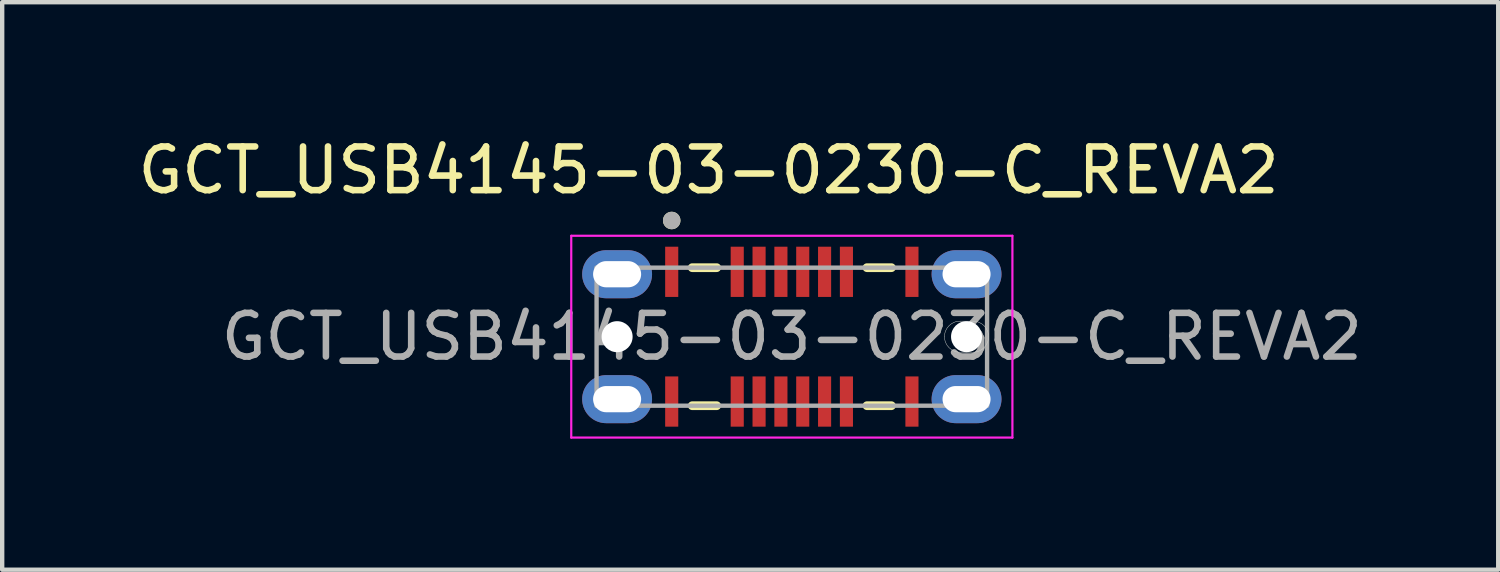
<source format=kicad_pcb>
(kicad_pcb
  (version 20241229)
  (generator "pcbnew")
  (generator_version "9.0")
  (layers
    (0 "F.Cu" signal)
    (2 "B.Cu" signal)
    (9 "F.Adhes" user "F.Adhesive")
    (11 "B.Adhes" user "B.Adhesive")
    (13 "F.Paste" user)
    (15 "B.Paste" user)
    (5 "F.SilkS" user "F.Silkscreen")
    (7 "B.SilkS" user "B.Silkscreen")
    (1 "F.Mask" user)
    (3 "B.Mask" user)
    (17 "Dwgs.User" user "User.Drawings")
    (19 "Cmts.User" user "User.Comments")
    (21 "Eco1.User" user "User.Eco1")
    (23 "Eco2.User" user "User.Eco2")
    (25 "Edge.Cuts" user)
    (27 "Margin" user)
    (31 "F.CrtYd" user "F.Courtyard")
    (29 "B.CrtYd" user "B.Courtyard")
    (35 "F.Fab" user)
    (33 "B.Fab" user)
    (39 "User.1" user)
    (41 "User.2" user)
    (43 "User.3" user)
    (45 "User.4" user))
  (footprint "GCT_USB4145-03-0230-C_REVA2"
    (layer "F.Cu")
    (at 15.078 4.658)
    (property "Reference" "GCT_USB4145-03-0230-C_REVA2" (at -1.905 -3.81 0) (layer "F.SilkS") (effects (font (size 1 1) (thickness 0.15))))
    (attr smd)
    (fp_line (start -2.28 -1.58) (end -1.72 -1.58) (stroke (width 0.2) (type solid)) (layer "F.SilkS"))
    (fp_line (start -2.28 1.58) (end -1.72 1.58) (stroke (width 0.2) (type solid)) (layer "F.SilkS"))
    (fp_line (start 1.72 -1.58) (end 2.28 -1.58) (stroke (width 0.2) (type solid)) (layer "F.SilkS"))
    (fp_line (start 1.72 1.58) (end 2.28 1.58) (stroke (width 0.2) (type solid)) (layer "F.SilkS"))
    (fp_circle (center -2.75 -2.66) (end -2.65 -2.66) (stroke (width 0.2) (type solid)) (fill no) (layer "F.SilkS"))
    (fp_line (start 3.85 -0.355) (end 4.15 -0.355) (stroke (width 0.01) (type solid)) (layer "Edge.Cuts"))
    (fp_line (start 4.15 0.355) (end 3.85 0.355) (stroke (width 0.01) (type solid)) (layer "Edge.Cuts"))
    (fp_arc (start 3.495 0) (mid 3.598977 -0.251023) (end 3.85 -0.355) (stroke (width 0.01) (type solid)) (layer "Edge.Cuts"))
    (fp_arc (start 3.85 0.355) (mid 3.598977 0.251023) (end 3.495 0) (stroke (width 0.01) (type solid)) (layer "Edge.Cuts"))
    (fp_arc (start 4.15 -0.355) (mid 4.401023 -0.251023) (end 4.505 0) (stroke (width 0.01) (type solid)) (layer "Edge.Cuts"))
    (fp_arc (start 4.505 0) (mid 4.401023 0.251023) (end 4.15 0.355) (stroke (width 0.01) (type solid)) (layer "Edge.Cuts"))
    (fp_line (start -5.05 -2.31) (end -5.05 2.31) (stroke (width 0.05) (type solid)) (layer "F.CrtYd"))
    (fp_line (start -5.05 2.31) (end 5.05 2.31) (stroke (width 0.05) (type solid)) (layer "F.CrtYd"))
    (fp_line (start 5.05 -2.31) (end -5.05 -2.31) (stroke (width 0.05) (type solid)) (layer "F.CrtYd"))
    (fp_line (start 5.05 2.31) (end 5.05 -2.31) (stroke (width 0.05) (type solid)) (layer "F.CrtYd"))
    (fp_line (start -4.47 -1.58) (end 4.47 -1.58) (stroke (width 0.1) (type solid)) (layer "F.Fab"))
    (fp_line (start -4.47 1.58) (end -4.47 -1.58) (stroke (width 0.1) (type solid)) (layer "F.Fab"))
    (fp_line (start 4.47 -1.58) (end 4.47 1.58) (stroke (width 0.1) (type solid)) (layer "F.Fab"))
    (fp_line (start 4.47 1.58) (end -4.47 1.58) (stroke (width 0.1) (type solid)) (layer "F.Fab"))
    (fp_circle (center -2.75 -2.66) (end -2.65 -2.66) (stroke (width 0.2) (type solid)) (fill no) (layer "F.Fab"))
    (fp_text user "${REFERENCE}" (at 0 0 0) (layer "F.Fab") (effects (font (size 1 1) (thickness 0.15))))
    (pad "" np_thru_hole circle (at -4 0) (size 0.71 0.71) (drill 0.71) (layers "*.Cu" "*.Mask"))
    (pad "" np_thru_hole circle (at 4 0) (size 0.71 0.71) (drill 0.71) (layers "*.Cu" "*.Mask"))
    (pad "A1" smd rect (at -2.75 -1.485) (size 0.3 1.15) (layers "F.Cu" "F.Mask" "F.Paste"))
    (pad "A4" smd rect (at -1.25 -1.485) (size 0.3 1.15) (layers "F.Cu" "F.Mask" "F.Paste"))
    (pad "A5" smd rect (at -0.75 -1.485) (size 0.3 1.15) (layers "F.Cu" "F.Mask" "F.Paste"))
    (pad "A6" smd rect (at -0.25 -1.485) (size 0.3 1.15) (layers "F.Cu" "F.Mask" "F.Paste"))
    (pad "A7" smd rect (at 0.25 -1.485) (size 0.3 1.15) (layers "F.Cu" "F.Mask" "F.Paste"))
    (pad "A8" smd rect (at 0.75 -1.485) (size 0.3 1.15) (layers "F.Cu" "F.Mask" "F.Paste"))
    (pad "A9" smd rect (at 1.25 -1.485) (size 0.3 1.15) (layers "F.Cu" "F.Mask" "F.Paste"))
    (pad "A12" smd rect (at 2.75 -1.485) (size 0.3 1.15) (layers "F.Cu" "F.Mask" "F.Paste"))
    (pad "B1" smd rect (at 2.75 1.485) (size 0.3 1.15) (layers "F.Cu" "F.Mask" "F.Paste"))
    (pad "B4" smd rect (at 1.25 1.485) (size 0.3 1.15) (layers "F.Cu" "F.Mask" "F.Paste"))
    (pad "B5" smd rect (at 0.75 1.485) (size 0.3 1.15) (layers "F.Cu" "F.Mask" "F.Paste"))
    (pad "B6" smd rect (at 0.25 1.485) (size 0.3 1.15) (layers "F.Cu" "F.Mask" "F.Paste"))
    (pad "B7" smd rect (at -0.25 1.485) (size 0.3 1.15) (layers "F.Cu" "F.Mask" "F.Paste"))
    (pad "B8" smd rect (at -0.75 1.485) (size 0.3 1.15) (layers "F.Cu" "F.Mask" "F.Paste"))
    (pad "B9" smd rect (at -1.25 1.485) (size 0.3 1.15) (layers "F.Cu" "F.Mask" "F.Paste"))
    (pad "B12" smd rect (at -2.75 1.485) (size 0.3 1.15) (layers "F.Cu" "F.Mask" "F.Paste"))
    (pad "S1" thru_hole oval (at -4 -1.43) (size 1.6 1.1) (drill oval 1.1 0.6) (layers "*.Cu" "*.Mask"))
    (pad "S2" thru_hole oval (at 4 -1.43) (size 1.6 1.1) (drill oval 1.1 0.6) (layers "*.Cu" "*.Mask"))
    (pad "S3" thru_hole oval (at -4 1.43) (size 1.6 1.1) (drill oval 1.1 0.6) (layers "*.Cu" "*.Mask"))
    (pad "S4" thru_hole oval (at 4 1.43) (size 1.6 1.1) (drill oval 1.1 0.6) (layers "*.Cu" "*.Mask")))
  (gr_rect
    (start -3 -3)
    (end 31.25 9.993)
    (stroke (width 0.1) (type default))
    (fill no)
    (layer "Edge.Cuts")))
</source>
